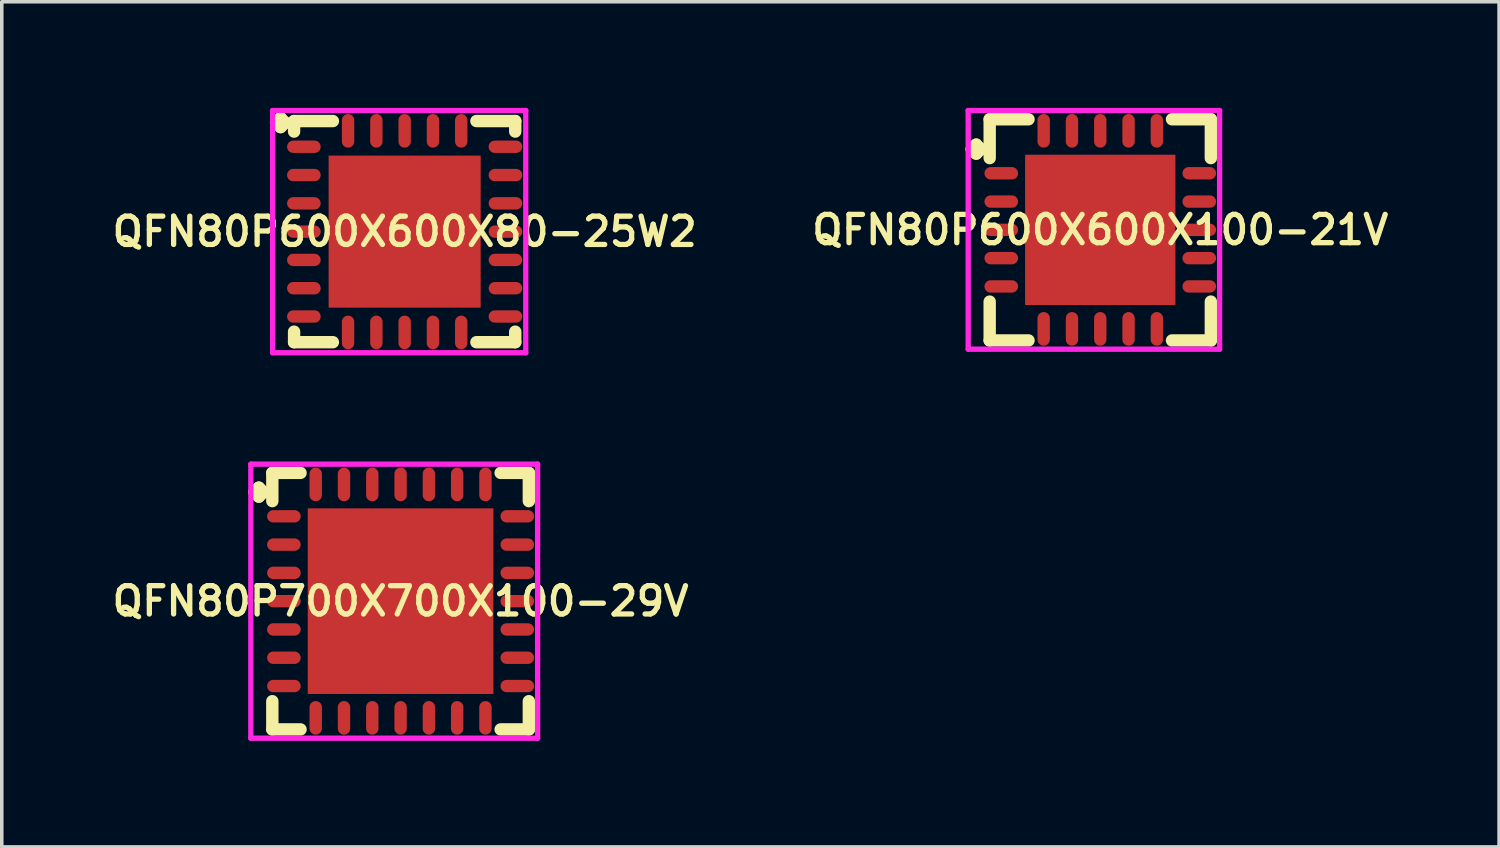
<source format=kicad_pcb>
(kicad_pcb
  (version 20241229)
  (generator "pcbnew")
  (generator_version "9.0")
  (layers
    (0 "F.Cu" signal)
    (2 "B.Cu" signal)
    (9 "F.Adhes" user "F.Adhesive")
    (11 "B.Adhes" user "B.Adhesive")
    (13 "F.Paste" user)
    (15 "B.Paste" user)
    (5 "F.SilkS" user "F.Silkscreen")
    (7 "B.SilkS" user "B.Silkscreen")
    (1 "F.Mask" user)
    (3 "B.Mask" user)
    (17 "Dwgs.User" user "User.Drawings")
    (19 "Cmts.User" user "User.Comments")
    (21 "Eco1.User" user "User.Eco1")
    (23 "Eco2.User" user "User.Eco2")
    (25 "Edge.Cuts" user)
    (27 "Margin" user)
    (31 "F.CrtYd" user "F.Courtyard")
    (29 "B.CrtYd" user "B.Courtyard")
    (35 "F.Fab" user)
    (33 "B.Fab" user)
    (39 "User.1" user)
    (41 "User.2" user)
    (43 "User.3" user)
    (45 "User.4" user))
  (footprint "QFN80P700X700X100-29V"
    (layer "F.Cu")
    (at 8.278 13.95)
    (property "Reference" "QFN80P700X700X100-29V" (at 0 0 0) (layer "F.SilkS") (effects (font (size 0.8 0.8) (thickness 0.15))))
    (attr smd)
    (fp_line (start -4.135 -3.083) (end -4.008 -3.21) (stroke (width 0.35) (type solid)) (layer "F.SilkS"))
    (fp_line (start -4.008 -3.21) (end -3.881 -3.083) (stroke (width 0.35) (type solid)) (layer "F.SilkS"))
    (fp_line (start -4.008 -2.956) (end -4.135 -3.083) (stroke (width 0.35) (type solid)) (layer "F.SilkS"))
    (fp_line (start -3.881 -3.083) (end -4.008 -2.956) (stroke (width 0.35) (type solid)) (layer "F.SilkS"))
    (fp_line (start -3.627 -3.627) (end -2.829 -3.627) (stroke (width 0.35) (type solid)) (layer "F.SilkS"))
    (fp_line (start -3.627 -2.829) (end -3.627 -3.627) (stroke (width 0.35) (type solid)) (layer "F.SilkS"))
    (fp_line (start -3.627 2.829) (end -3.627 3.627) (stroke (width 0.35) (type solid)) (layer "F.SilkS"))
    (fp_line (start -3.627 3.627) (end -2.829 3.627) (stroke (width 0.35) (type solid)) (layer "F.SilkS"))
    (fp_line (start 2.829 -3.627) (end 3.627 -3.627) (stroke (width 0.35) (type solid)) (layer "F.SilkS"))
    (fp_line (start 2.829 3.627) (end 3.627 3.627) (stroke (width 0.35) (type solid)) (layer "F.SilkS"))
    (fp_line (start 3.627 -3.627) (end 3.627 -2.829) (stroke (width 0.35) (type solid)) (layer "F.SilkS"))
    (fp_line (start 3.627 3.627) (end 3.627 2.829) (stroke (width 0.35) (type solid)) (layer "F.SilkS"))
    (fp_line (start -4.235 -3.875) (end 3.875 -3.875) (stroke (width 0.15) (type solid)) (layer "F.CrtYd"))
    (fp_line (start -4.235 3.875) (end -4.235 -3.875) (stroke (width 0.15) (type solid)) (layer "F.CrtYd"))
    (fp_line (start 3.875 -3.875) (end 3.875 3.875) (stroke (width 0.15) (type solid)) (layer "F.CrtYd"))
    (fp_line (start 3.875 3.875) (end -4.235 3.875) (stroke (width 0.15) (type solid)) (layer "F.CrtYd"))
    (pad "1" smd oval (at -3.3 -2.4) (size 0.95 0.35) (layers "F.Cu" "F.Mask" "F.Paste"))
    (pad "2" smd oval (at -3.3 -1.6) (size 0.95 0.35) (layers "F.Cu" "F.Mask" "F.Paste"))
    (pad "3" smd oval (at -3.3 -0.8) (size 0.95 0.35) (layers "F.Cu" "F.Mask" "F.Paste"))
    (pad "4" smd oval (at -3.3 0) (size 0.95 0.35) (layers "F.Cu" "F.Mask" "F.Paste"))
    (pad "5" smd oval (at -3.3 0.8) (size 0.95 0.35) (layers "F.Cu" "F.Mask" "F.Paste"))
    (pad "6" smd oval (at -3.3 1.6) (size 0.95 0.35) (layers "F.Cu" "F.Mask" "F.Paste"))
    (pad "7" smd oval (at -3.3 2.4) (size 0.95 0.35) (layers "F.Cu" "F.Mask" "F.Paste"))
    (pad "8" smd oval (at -2.4 3.3) (size 0.35 0.95) (layers "F.Cu" "F.Mask" "F.Paste"))
    (pad "9" smd oval (at -1.6 3.3) (size 0.35 0.95) (layers "F.Cu" "F.Mask" "F.Paste"))
    (pad "10" smd oval (at -0.8 3.3) (size 0.35 0.95) (layers "F.Cu" "F.Mask" "F.Paste"))
    (pad "11" smd oval (at 0 3.3) (size 0.35 0.95) (layers "F.Cu" "F.Mask" "F.Paste"))
    (pad "12" smd oval (at 0.8 3.3) (size 0.35 0.95) (layers "F.Cu" "F.Mask" "F.Paste"))
    (pad "13" smd oval (at 1.6 3.3) (size 0.35 0.95) (layers "F.Cu" "F.Mask" "F.Paste"))
    (pad "14" smd oval (at 2.4 3.3) (size 0.35 0.95) (layers "F.Cu" "F.Mask" "F.Paste"))
    (pad "15" smd oval (at 3.3 2.4) (size 0.95 0.35) (layers "F.Cu" "F.Mask" "F.Paste"))
    (pad "16" smd oval (at 3.3 1.6) (size 0.95 0.35) (layers "F.Cu" "F.Mask" "F.Paste"))
    (pad "17" smd oval (at 3.3 0.8) (size 0.95 0.35) (layers "F.Cu" "F.Mask" "F.Paste"))
    (pad "18" smd oval (at 3.3 0) (size 0.95 0.35) (layers "F.Cu" "F.Mask" "F.Paste"))
    (pad "19" smd oval (at 3.3 -0.8) (size 0.95 0.35) (layers "F.Cu" "F.Mask" "F.Paste"))
    (pad "20" smd oval (at 3.3 -1.6) (size 0.95 0.35) (layers "F.Cu" "F.Mask" "F.Paste"))
    (pad "21" smd oval (at 3.3 -2.4) (size 0.95 0.35) (layers "F.Cu" "F.Mask" "F.Paste"))
    (pad "22" smd oval (at 2.4 -3.3) (size 0.35 0.95) (layers "F.Cu" "F.Mask" "F.Paste"))
    (pad "23" smd oval (at 1.6 -3.3) (size 0.35 0.95) (layers "F.Cu" "F.Mask" "F.Paste"))
    (pad "24" smd oval (at 0.8 -3.3) (size 0.35 0.95) (layers "F.Cu" "F.Mask" "F.Paste"))
    (pad "25" smd oval (at 0 -3.3) (size 0.35 0.95) (layers "F.Cu" "F.Mask" "F.Paste"))
    (pad "26" smd oval (at -0.8 -3.3) (size 0.35 0.95) (layers "F.Cu" "F.Mask" "F.Paste"))
    (pad "27" smd oval (at -1.6 -3.3) (size 0.35 0.95) (layers "F.Cu" "F.Mask" "F.Paste"))
    (pad "28" smd oval (at -2.4 -3.3) (size 0.35 0.95) (layers "F.Cu" "F.Mask" "F.Paste"))
    (pad "29" smd rect (at 0 0) (size 5.25 5.25) (layers "F.Cu" "F.Mask" "F.Paste")))
  (footprint "QFN80P600X600X80-25W2"
    (layer "F.Cu")
    (at 8.393 3.5)
    (property "Reference" "QFN80P600X600X80-25W2" (at 0 0 0) (layer "F.SilkS") (effects (font (size 0.8 0.8) (thickness 0.15))))
    (attr smd)
    (fp_line (start -3.635 -3.083) (end -3.508 -3.21) (stroke (width 0.35) (type solid)) (layer "F.SilkS"))
    (fp_line (start -3.508 -3.21) (end -3.381 -3.083) (stroke (width 0.35) (type solid)) (layer "F.SilkS"))
    (fp_line (start -3.508 -2.956) (end -3.635 -3.083) (stroke (width 0.35) (type solid)) (layer "F.SilkS"))
    (fp_line (start -3.381 -3.083) (end -3.508 -2.956) (stroke (width 0.35) (type solid)) (layer "F.SilkS"))
    (fp_line (start -3.127 -3.127) (end -2.029 -3.127) (stroke (width 0.35) (type solid)) (layer "F.SilkS"))
    (fp_line (start -3.127 -2.829) (end -3.127 -3.127) (stroke (width 0.35) (type solid)) (layer "F.SilkS"))
    (fp_line (start -3.127 2.829) (end -3.127 3.127) (stroke (width 0.35) (type solid)) (layer "F.SilkS"))
    (fp_line (start -3.127 3.127) (end -2.029 3.127) (stroke (width 0.35) (type solid)) (layer "F.SilkS"))
    (fp_line (start 2.029 -3.127) (end 3.127 -3.127) (stroke (width 0.35) (type solid)) (layer "F.SilkS"))
    (fp_line (start 2.029 3.127) (end 3.127 3.127) (stroke (width 0.35) (type solid)) (layer "F.SilkS"))
    (fp_line (start 3.127 -3.127) (end 3.127 -2.829) (stroke (width 0.35) (type solid)) (layer "F.SilkS"))
    (fp_line (start 3.127 3.127) (end 3.127 2.829) (stroke (width 0.35) (type solid)) (layer "F.SilkS"))
    (fp_line (start -3.735 -3.425) (end 3.425 -3.425) (stroke (width 0.15) (type solid)) (layer "F.CrtYd"))
    (fp_line (start -3.735 3.425) (end -3.735 -3.425) (stroke (width 0.15) (type solid)) (layer "F.CrtYd"))
    (fp_line (start 3.425 -3.425) (end 3.425 3.425) (stroke (width 0.15) (type solid)) (layer "F.CrtYd"))
    (fp_line (start 3.425 3.425) (end -3.735 3.425) (stroke (width 0.15) (type solid)) (layer "F.CrtYd"))
    (pad "1" smd oval (at -2.85 -2.4) (size 0.95 0.35) (layers "F.Cu" "F.Mask" "F.Paste"))
    (pad "2" smd oval (at -2.85 -1.6) (size 0.95 0.35) (layers "F.Cu" "F.Mask" "F.Paste"))
    (pad "3" smd oval (at -2.85 -0.8) (size 0.95 0.35) (layers "F.Cu" "F.Mask" "F.Paste"))
    (pad "4" smd oval (at -2.85 0) (size 0.95 0.35) (layers "F.Cu" "F.Mask" "F.Paste"))
    (pad "5" smd oval (at -2.85 0.8) (size 0.95 0.35) (layers "F.Cu" "F.Mask" "F.Paste"))
    (pad "6" smd oval (at -2.85 1.6) (size 0.95 0.35) (layers "F.Cu" "F.Mask" "F.Paste"))
    (pad "7" smd oval (at -2.85 2.4) (size 0.95 0.35) (layers "F.Cu" "F.Mask" "F.Paste"))
    (pad "8" smd oval (at -1.6 2.85) (size 0.35 0.95) (layers "F.Cu" "F.Mask" "F.Paste"))
    (pad "9" smd oval (at -0.8 2.85) (size 0.35 0.95) (layers "F.Cu" "F.Mask" "F.Paste"))
    (pad "10" smd oval (at 0 2.85) (size 0.35 0.95) (layers "F.Cu" "F.Mask" "F.Paste"))
    (pad "11" smd oval (at 0.8 2.85) (size 0.35 0.95) (layers "F.Cu" "F.Mask" "F.Paste"))
    (pad "12" smd oval (at 1.6 2.85) (size 0.35 0.95) (layers "F.Cu" "F.Mask" "F.Paste"))
    (pad "13" smd oval (at 2.85 2.4) (size 0.95 0.35) (layers "F.Cu" "F.Mask" "F.Paste"))
    (pad "14" smd oval (at 2.85 1.6) (size 0.95 0.35) (layers "F.Cu" "F.Mask" "F.Paste"))
    (pad "15" smd oval (at 2.85 0.8) (size 0.95 0.35) (layers "F.Cu" "F.Mask" "F.Paste"))
    (pad "16" smd oval (at 2.85 0) (size 0.95 0.35) (layers "F.Cu" "F.Mask" "F.Paste"))
    (pad "17" smd oval (at 2.85 -0.8) (size 0.95 0.35) (layers "F.Cu" "F.Mask" "F.Paste"))
    (pad "18" smd oval (at 2.85 -1.6) (size 0.95 0.35) (layers "F.Cu" "F.Mask" "F.Paste"))
    (pad "19" smd oval (at 2.85 -2.4) (size 0.95 0.35) (layers "F.Cu" "F.Mask" "F.Paste"))
    (pad "20" smd oval (at 1.6 -2.85) (size 0.35 0.95) (layers "F.Cu" "F.Mask" "F.Paste"))
    (pad "21" smd oval (at 0.8 -2.85) (size 0.35 0.95) (layers "F.Cu" "F.Mask" "F.Paste"))
    (pad "22" smd oval (at 0 -2.85) (size 0.35 0.95) (layers "F.Cu" "F.Mask" "F.Paste"))
    (pad "23" smd oval (at -0.8 -2.85) (size 0.35 0.95) (layers "F.Cu" "F.Mask" "F.Paste"))
    (pad "24" smd oval (at -1.6 -2.85) (size 0.35 0.95) (layers "F.Cu" "F.Mask" "F.Paste"))
    (pad "25" smd rect (at 0 0) (size 4.3 4.3) (layers "F.Cu" "F.Mask" "F.Paste")))
  (footprint "QFN80P600X600X100-21V"
    (layer "F.Cu")
    (at 28.064 3.45)
    (property "Reference" "QFN80P600X600X100-21V" (at 0 0 0) (layer "F.SilkS") (effects (font (size 0.8 0.8) (thickness 0.15))))
    (attr smd)
    (fp_line (start -3.635 -2.283) (end -3.508 -2.41) (stroke (width 0.35) (type solid)) (layer "F.SilkS"))
    (fp_line (start -3.508 -2.41) (end -3.381 -2.283) (stroke (width 0.35) (type solid)) (layer "F.SilkS"))
    (fp_line (start -3.508 -2.156) (end -3.635 -2.283) (stroke (width 0.35) (type solid)) (layer "F.SilkS"))
    (fp_line (start -3.381 -2.283) (end -3.508 -2.156) (stroke (width 0.35) (type solid)) (layer "F.SilkS"))
    (fp_line (start -3.127 -3.127) (end -2.029 -3.127) (stroke (width 0.35) (type solid)) (layer "F.SilkS"))
    (fp_line (start -3.127 -2.029) (end -3.127 -3.127) (stroke (width 0.35) (type solid)) (layer "F.SilkS"))
    (fp_line (start -3.127 2.029) (end -3.127 3.127) (stroke (width 0.35) (type solid)) (layer "F.SilkS"))
    (fp_line (start -3.127 3.127) (end -2.029 3.127) (stroke (width 0.35) (type solid)) (layer "F.SilkS"))
    (fp_line (start 2.029 -3.127) (end 3.127 -3.127) (stroke (width 0.35) (type solid)) (layer "F.SilkS"))
    (fp_line (start 2.029 3.127) (end 3.127 3.127) (stroke (width 0.35) (type solid)) (layer "F.SilkS"))
    (fp_line (start 3.127 -3.127) (end 3.127 -2.029) (stroke (width 0.35) (type solid)) (layer "F.SilkS"))
    (fp_line (start 3.127 3.127) (end 3.127 2.029) (stroke (width 0.35) (type solid)) (layer "F.SilkS"))
    (fp_line (start -3.735 -3.375) (end 3.375 -3.375) (stroke (width 0.15) (type solid)) (layer "F.CrtYd"))
    (fp_line (start -3.735 3.375) (end -3.735 -3.375) (stroke (width 0.15) (type solid)) (layer "F.CrtYd"))
    (fp_line (start 3.375 -3.375) (end 3.375 3.375) (stroke (width 0.15) (type solid)) (layer "F.CrtYd"))
    (fp_line (start 3.375 3.375) (end -3.735 3.375) (stroke (width 0.15) (type solid)) (layer "F.CrtYd"))
    (pad "1" smd oval (at -2.8 -1.6) (size 0.95 0.35) (layers "F.Cu" "F.Mask" "F.Paste"))
    (pad "2" smd oval (at -2.8 -0.8) (size 0.95 0.35) (layers "F.Cu" "F.Mask" "F.Paste"))
    (pad "3" smd oval (at -2.8 0) (size 0.95 0.35) (layers "F.Cu" "F.Mask" "F.Paste"))
    (pad "4" smd oval (at -2.8 0.8) (size 0.95 0.35) (layers "F.Cu" "F.Mask" "F.Paste"))
    (pad "5" smd oval (at -2.8 1.6) (size 0.95 0.35) (layers "F.Cu" "F.Mask" "F.Paste"))
    (pad "6" smd oval (at -1.6 2.8) (size 0.35 0.95) (layers "F.Cu" "F.Mask" "F.Paste"))
    (pad "7" smd oval (at -0.8 2.8) (size 0.35 0.95) (layers "F.Cu" "F.Mask" "F.Paste"))
    (pad "8" smd oval (at 0 2.8) (size 0.35 0.95) (layers "F.Cu" "F.Mask" "F.Paste"))
    (pad "9" smd oval (at 0.8 2.8) (size 0.35 0.95) (layers "F.Cu" "F.Mask" "F.Paste"))
    (pad "10" smd oval (at 1.6 2.8) (size 0.35 0.95) (layers "F.Cu" "F.Mask" "F.Paste"))
    (pad "11" smd oval (at 2.8 1.6) (size 0.95 0.35) (layers "F.Cu" "F.Mask" "F.Paste"))
    (pad "12" smd oval (at 2.8 0.8) (size 0.95 0.35) (layers "F.Cu" "F.Mask" "F.Paste"))
    (pad "13" smd oval (at 2.8 0) (size 0.95 0.35) (layers "F.Cu" "F.Mask" "F.Paste"))
    (pad "14" smd oval (at 2.8 -0.8) (size 0.95 0.35) (layers "F.Cu" "F.Mask" "F.Paste"))
    (pad "15" smd oval (at 2.8 -1.6) (size 0.95 0.35) (layers "F.Cu" "F.Mask" "F.Paste"))
    (pad "16" smd oval (at 1.6 -2.8) (size 0.35 0.95) (layers "F.Cu" "F.Mask" "F.Paste"))
    (pad "17" smd oval (at 0.8 -2.8) (size 0.35 0.95) (layers "F.Cu" "F.Mask" "F.Paste"))
    (pad "18" smd oval (at 0 -2.8) (size 0.35 0.95) (layers "F.Cu" "F.Mask" "F.Paste"))
    (pad "19" smd oval (at -0.8 -2.8) (size 0.35 0.95) (layers "F.Cu" "F.Mask" "F.Paste"))
    (pad "20" smd oval (at -1.6 -2.8) (size 0.35 0.95) (layers "F.Cu" "F.Mask" "F.Paste"))
    (pad "21" smd rect (at 0 0) (size 4.25 4.25) (layers "F.Cu" "F.Mask" "F.Paste")))
  (gr_rect
    (start -3 -3)
    (end 39.342 20.9)
    (stroke (width 0.1) (type default))
    (fill no)
    (layer "Edge.Cuts")))
</source>
